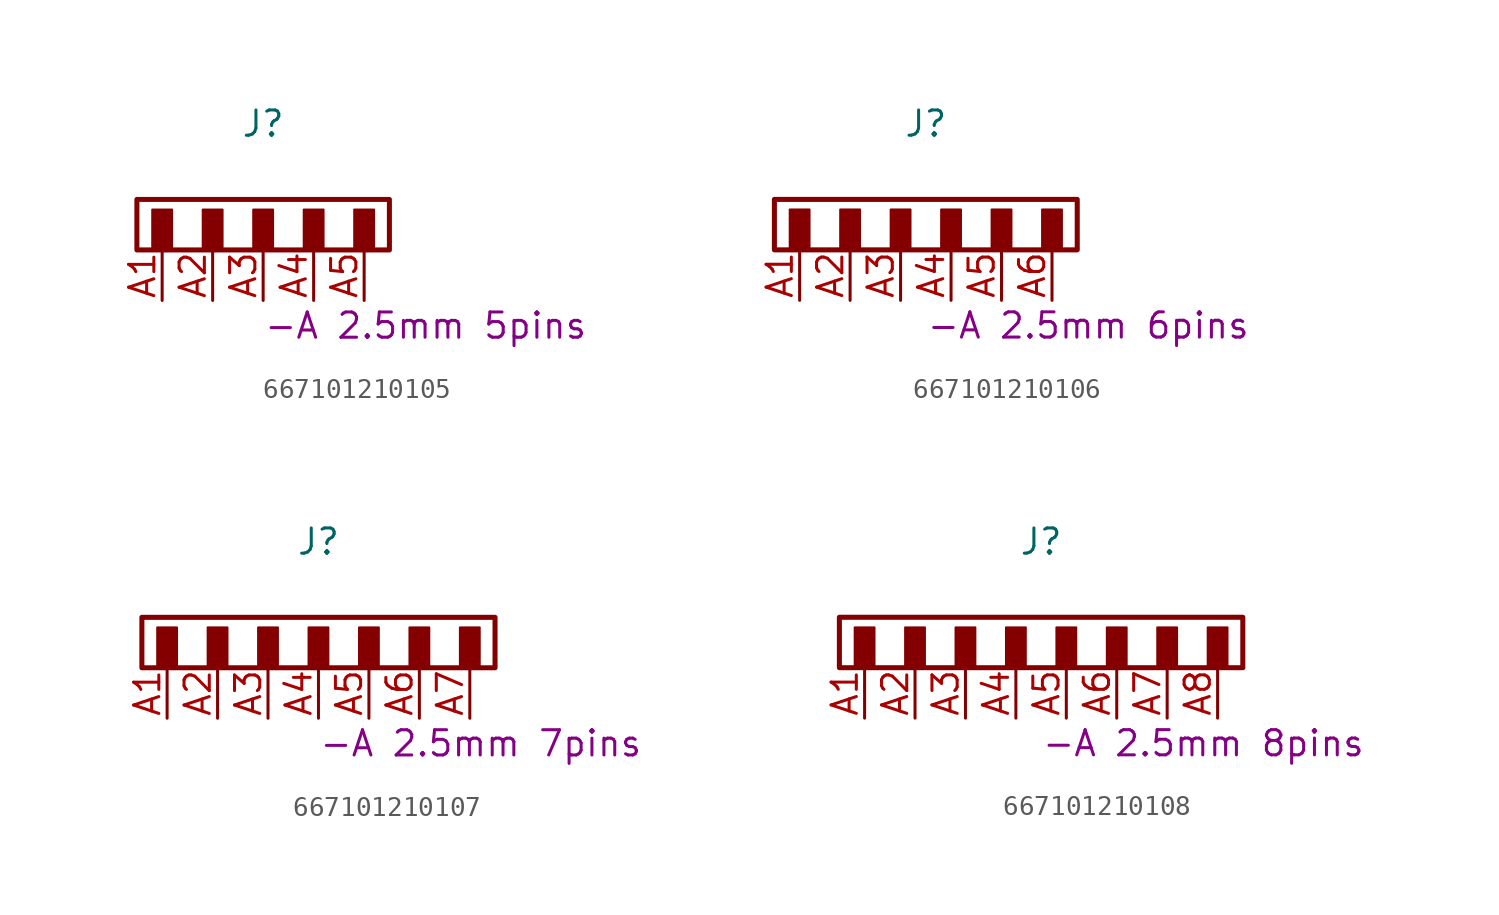
<source format=kicad_sym>
(kicad_symbol_lib
  (version 20220914)
  (generator kicad_symbol_editor)
  (symbol "667101210105"
    (pin_names hide)
    (property "Reference" "J"
      (at 0 5.08 0)
      (effects (font (size 1.27 1.27))))
    (property "Critical Parameter" "-A 2.5mm 5pins"
      (at 0 -5.08 0)
      (effects (font (size 1.27 1.27)) (justify left)))
    (symbol "667101210105_0_1"
      (rectangle (start -6.35 1.27) (end 6.35 -1.27) (stroke (width 0.254) (type default)) (fill (type none)))
      (rectangle (start -5.58 0.762) (end -4.58 -1.27) (stroke (width 0.1) (type default)) (fill (type outline)))
      (rectangle (start -3.04 0.762) (end -2.04 -1.27) (stroke (width 0.1) (type default)) (fill (type outline)))
      (rectangle (start -0.5 0.762) (end 0.5 -1.27) (stroke (width 0.1) (type default)) (fill (type outline)))
      (rectangle (start 2.04 0.762) (end 3.04 -1.27) (stroke (width 0.1) (type default)) (fill (type outline)))
      (rectangle (start 4.58 0.762) (end 5.58 -1.27) (stroke (width 0.1) (type default)) (fill (type outline))))
    (symbol "667101210105_1_1"
      (pin passive line (at -5.08 -3.81 90) (length 2.54) (name "A1" (effects (font (size 1.27 1.27)))) (number "A1" (effects (font (size 1.27 1.27)))))
      (pin passive line (at -5.08 -3.81 90) (length 2.54) hide (name "B1" (effects (font (size 1.27 1.27)))) (number "B1" (effects (font (size 1.27 1.27)))))
      (pin passive line (at -2.54 -3.81 90) (length 2.54) (name "A2" (effects (font (size 1.27 1.27)))) (number "A2" (effects (font (size 1.27 1.27)))))
      (pin passive line (at -2.54 -3.81 90) (length 2.54) hide (name "B2" (effects (font (size 1.27 1.27)))) (number "B2" (effects (font (size 1.27 1.27)))))
      (pin passive line (at 0.0 -3.81 90) (length 2.54) (name "A3" (effects (font (size 1.27 1.27)))) (number "A3" (effects (font (size 1.27 1.27)))))
      (pin passive line (at 0.0 -3.81 90) (length 2.54) hide (name "B3" (effects (font (size 1.27 1.27)))) (number "B3" (effects (font (size 1.27 1.27)))))
      (pin passive line (at 2.54 -3.81 90) (length 2.54) (name "A4" (effects (font (size 1.27 1.27)))) (number "A4" (effects (font (size 1.27 1.27)))))
      (pin passive line (at 2.54 -3.81 90) (length 2.54) hide (name "B4" (effects (font (size 1.27 1.27)))) (number "B4" (effects (font (size 1.27 1.27)))))
      (pin passive line (at 5.08 -3.81 90) (length 2.54) (name "A5" (effects (font (size 1.27 1.27)))) (number "A5" (effects (font (size 1.27 1.27)))))
      (pin passive line (at 5.08 -3.81 90) (length 2.54) hide (name "B5" (effects (font (size 1.27 1.27)))) (number "B5" (effects (font (size 1.27 1.27)))))))
  (symbol "667101210106"
    (pin_names hide)
    (property "Reference" "J"
      (at 0 5.08 0)
      (effects (font (size 1.27 1.27))))
    (property "Critical Parameter" "-A 2.5mm 6pins"
      (at 0 -5.08 0)
      (effects (font (size 1.27 1.27)) (justify left)))
    (symbol "667101210106_0_1"
      (rectangle (start -7.62 1.27) (end 7.62 -1.27) (stroke (width 0.254) (type default)) (fill (type none)))
      (rectangle (start -6.85 0.762) (end -5.85 -1.27) (stroke (width 0.1) (type default)) (fill (type outline)))
      (rectangle (start -4.31 0.762) (end -3.31 -1.27) (stroke (width 0.1) (type default)) (fill (type outline)))
      (rectangle (start -1.77 0.762) (end -0.77 -1.27) (stroke (width 0.1) (type default)) (fill (type outline)))
      (rectangle (start 0.77 0.762) (end 1.77 -1.27) (stroke (width 0.1) (type default)) (fill (type outline)))
      (rectangle (start 3.31 0.762) (end 4.31 -1.27) (stroke (width 0.1) (type default)) (fill (type outline)))
      (rectangle (start 5.85 0.762) (end 6.85 -1.27) (stroke (width 0.1) (type default)) (fill (type outline))))
    (symbol "667101210106_1_1"
      (pin passive line (at -6.35 -3.81 90) (length 2.54) (name "A1" (effects (font (size 1.27 1.27)))) (number "A1" (effects (font (size 1.27 1.27)))))
      (pin passive line (at -6.35 -3.81 90) (length 2.54) hide (name "B1" (effects (font (size 1.27 1.27)))) (number "B1" (effects (font (size 1.27 1.27)))))
      (pin passive line (at -3.81 -3.81 90) (length 2.54) (name "A2" (effects (font (size 1.27 1.27)))) (number "A2" (effects (font (size 1.27 1.27)))))
      (pin passive line (at -3.81 -3.81 90) (length 2.54) hide (name "B2" (effects (font (size 1.27 1.27)))) (number "B2" (effects (font (size 1.27 1.27)))))
      (pin passive line (at -1.27 -3.81 90) (length 2.54) (name "A3" (effects (font (size 1.27 1.27)))) (number "A3" (effects (font (size 1.27 1.27)))))
      (pin passive line (at -1.27 -3.81 90) (length 2.54) hide (name "B3" (effects (font (size 1.27 1.27)))) (number "B3" (effects (font (size 1.27 1.27)))))
      (pin passive line (at 1.27 -3.81 90) (length 2.54) (name "A4" (effects (font (size 1.27 1.27)))) (number "A4" (effects (font (size 1.27 1.27)))))
      (pin passive line (at 1.27 -3.81 90) (length 2.54) hide (name "B4" (effects (font (size 1.27 1.27)))) (number "B4" (effects (font (size 1.27 1.27)))))
      (pin passive line (at 3.81 -3.81 90) (length 2.54) (name "A5" (effects (font (size 1.27 1.27)))) (number "A5" (effects (font (size 1.27 1.27)))))
      (pin passive line (at 3.81 -3.81 90) (length 2.54) hide (name "B5" (effects (font (size 1.27 1.27)))) (number "B5" (effects (font (size 1.27 1.27)))))
      (pin passive line (at 6.35 -3.81 90) (length 2.54) (name "A6" (effects (font (size 1.27 1.27)))) (number "A6" (effects (font (size 1.27 1.27)))))
      (pin passive line (at 6.35 -3.81 90) (length 2.54) hide (name "B6" (effects (font (size 1.27 1.27)))) (number "B6" (effects (font (size 1.27 1.27)))))))
  (symbol "667101210107"
    (pin_names hide)
    (property "Reference" "J"
      (at 0 5.08 0)
      (effects (font (size 1.27 1.27))))
    (property "Critical Parameter" "-A 2.5mm 7pins"
      (at 0 -5.08 0)
      (effects (font (size 1.27 1.27)) (justify left)))
    (symbol "667101210107_0_1"
      (rectangle (start -8.89 1.27) (end 8.89 -1.27) (stroke (width 0.254) (type default)) (fill (type none)))
      (rectangle (start -8.12 0.762) (end -7.12 -1.27) (stroke (width 0.1) (type default)) (fill (type outline)))
      (rectangle (start -5.58 0.762) (end -4.58 -1.27) (stroke (width 0.1) (type default)) (fill (type outline)))
      (rectangle (start -3.04 0.762) (end -2.04 -1.27) (stroke (width 0.1) (type default)) (fill (type outline)))
      (rectangle (start -0.5 0.762) (end 0.5 -1.27) (stroke (width 0.1) (type default)) (fill (type outline)))
      (rectangle (start 2.04 0.762) (end 3.04 -1.27) (stroke (width 0.1) (type default)) (fill (type outline)))
      (rectangle (start 4.58 0.762) (end 5.58 -1.27) (stroke (width 0.1) (type default)) (fill (type outline)))
      (rectangle (start 7.12 0.762) (end 8.12 -1.27) (stroke (width 0.1) (type default)) (fill (type outline))))
    (symbol "667101210107_1_1"
      (pin passive line (at -7.62 -3.81 90) (length 2.54) (name "A1" (effects (font (size 1.27 1.27)))) (number "A1" (effects (font (size 1.27 1.27)))))
      (pin passive line (at -7.62 -3.81 90) (length 2.54) hide (name "B1" (effects (font (size 1.27 1.27)))) (number "B1" (effects (font (size 1.27 1.27)))))
      (pin passive line (at -5.08 -3.81 90) (length 2.54) (name "A2" (effects (font (size 1.27 1.27)))) (number "A2" (effects (font (size 1.27 1.27)))))
      (pin passive line (at -5.08 -3.81 90) (length 2.54) hide (name "B2" (effects (font (size 1.27 1.27)))) (number "B2" (effects (font (size 1.27 1.27)))))
      (pin passive line (at -2.54 -3.81 90) (length 2.54) (name "A3" (effects (font (size 1.27 1.27)))) (number "A3" (effects (font (size 1.27 1.27)))))
      (pin passive line (at -2.54 -3.81 90) (length 2.54) hide (name "B3" (effects (font (size 1.27 1.27)))) (number "B3" (effects (font (size 1.27 1.27)))))
      (pin passive line (at 0.0 -3.81 90) (length 2.54) (name "A4" (effects (font (size 1.27 1.27)))) (number "A4" (effects (font (size 1.27 1.27)))))
      (pin passive line (at 0.0 -3.81 90) (length 2.54) hide (name "B4" (effects (font (size 1.27 1.27)))) (number "B4" (effects (font (size 1.27 1.27)))))
      (pin passive line (at 2.54 -3.81 90) (length 2.54) (name "A5" (effects (font (size 1.27 1.27)))) (number "A5" (effects (font (size 1.27 1.27)))))
      (pin passive line (at 2.54 -3.81 90) (length 2.54) hide (name "B5" (effects (font (size 1.27 1.27)))) (number "B5" (effects (font (size 1.27 1.27)))))
      (pin passive line (at 5.08 -3.81 90) (length 2.54) (name "A6" (effects (font (size 1.27 1.27)))) (number "A6" (effects (font (size 1.27 1.27)))))
      (pin passive line (at 5.08 -3.81 90) (length 2.54) hide (name "B6" (effects (font (size 1.27 1.27)))) (number "B6" (effects (font (size 1.27 1.27)))))
      (pin passive line (at 7.62 -3.81 90) (length 2.54) (name "A7" (effects (font (size 1.27 1.27)))) (number "A7" (effects (font (size 1.27 1.27)))))
      (pin passive line (at 7.62 -3.81 90) (length 2.54) hide (name "B7" (effects (font (size 1.27 1.27)))) (number "B7" (effects (font (size 1.27 1.27)))))))
  (symbol "667101210108"
    (pin_names hide)
    (property "Reference" "J"
      (at 0 5.08 0)
      (effects (font (size 1.27 1.27))))
    (property "Critical Parameter" "-A 2.5mm 8pins"
      (at 0 -5.08 0)
      (effects (font (size 1.27 1.27)) (justify left)))
    (symbol "667101210108_0_1"
      (rectangle (start -10.16 1.27) (end 10.16 -1.27) (stroke (width 0.254) (type default)) (fill (type none)))
      (rectangle (start -9.39 0.762) (end -8.39 -1.27) (stroke (width 0.1) (type default)) (fill (type outline)))
      (rectangle (start -6.85 0.762) (end -5.85 -1.27) (stroke (width 0.1) (type default)) (fill (type outline)))
      (rectangle (start -4.31 0.762) (end -3.31 -1.27) (stroke (width 0.1) (type default)) (fill (type outline)))
      (rectangle (start -1.77 0.762) (end -0.77 -1.27) (stroke (width 0.1) (type default)) (fill (type outline)))
      (rectangle (start 0.77 0.762) (end 1.77 -1.27) (stroke (width 0.1) (type default)) (fill (type outline)))
      (rectangle (start 3.31 0.762) (end 4.31 -1.27) (stroke (width 0.1) (type default)) (fill (type outline)))
      (rectangle (start 5.85 0.762) (end 6.85 -1.27) (stroke (width 0.1) (type default)) (fill (type outline)))
      (rectangle (start 8.39 0.762) (end 9.39 -1.27) (stroke (width 0.1) (type default)) (fill (type outline))))
    (symbol "667101210108_1_1"
      (pin passive line (at -8.89 -3.81 90) (length 2.54) (name "A1" (effects (font (size 1.27 1.27)))) (number "A1" (effects (font (size 1.27 1.27)))))
      (pin passive line (at -8.89 -3.81 90) (length 2.54) hide (name "B1" (effects (font (size 1.27 1.27)))) (number "B1" (effects (font (size 1.27 1.27)))))
      (pin passive line (at -6.35 -3.81 90) (length 2.54) (name "A2" (effects (font (size 1.27 1.27)))) (number "A2" (effects (font (size 1.27 1.27)))))
      (pin passive line (at -6.35 -3.81 90) (length 2.54) hide (name "B2" (effects (font (size 1.27 1.27)))) (number "B2" (effects (font (size 1.27 1.27)))))
      (pin passive line (at -3.81 -3.81 90) (length 2.54) (name "A3" (effects (font (size 1.27 1.27)))) (number "A3" (effects (font (size 1.27 1.27)))))
      (pin passive line (at -3.81 -3.81 90) (length 2.54) hide (name "B3" (effects (font (size 1.27 1.27)))) (number "B3" (effects (font (size 1.27 1.27)))))
      (pin passive line (at -1.27 -3.81 90) (length 2.54) (name "A4" (effects (font (size 1.27 1.27)))) (number "A4" (effects (font (size 1.27 1.27)))))
      (pin passive line (at -1.27 -3.81 90) (length 2.54) hide (name "B4" (effects (font (size 1.27 1.27)))) (number "B4" (effects (font (size 1.27 1.27)))))
      (pin passive line (at 1.27 -3.81 90) (length 2.54) (name "A5" (effects (font (size 1.27 1.27)))) (number "A5" (effects (font (size 1.27 1.27)))))
      (pin passive line (at 1.27 -3.81 90) (length 2.54) hide (name "B5" (effects (font (size 1.27 1.27)))) (number "B5" (effects (font (size 1.27 1.27)))))
      (pin passive line (at 3.81 -3.81 90) (length 2.54) (name "A6" (effects (font (size 1.27 1.27)))) (number "A6" (effects (font (size 1.27 1.27)))))
      (pin passive line (at 3.81 -3.81 90) (length 2.54) hide (name "B6" (effects (font (size 1.27 1.27)))) (number "B6" (effects (font (size 1.27 1.27)))))
      (pin passive line (at 6.35 -3.81 90) (length 2.54) (name "A7" (effects (font (size 1.27 1.27)))) (number "A7" (effects (font (size 1.27 1.27)))))
      (pin passive line (at 6.35 -3.81 90) (length 2.54) hide (name "B7" (effects (font (size 1.27 1.27)))) (number "B7" (effects (font (size 1.27 1.27)))))
      (pin passive line (at 8.89 -3.81 90) (length 2.54) (name "A8" (effects (font (size 1.27 1.27)))) (number "A8" (effects (font (size 1.27 1.27)))))
      (pin passive line (at 8.89 -3.81 90) (length 2.54) hide (name "B8" (effects (font (size 1.27 1.27)))) (number "B8" (effects (font (size 1.27 1.27))))))))
</source>
